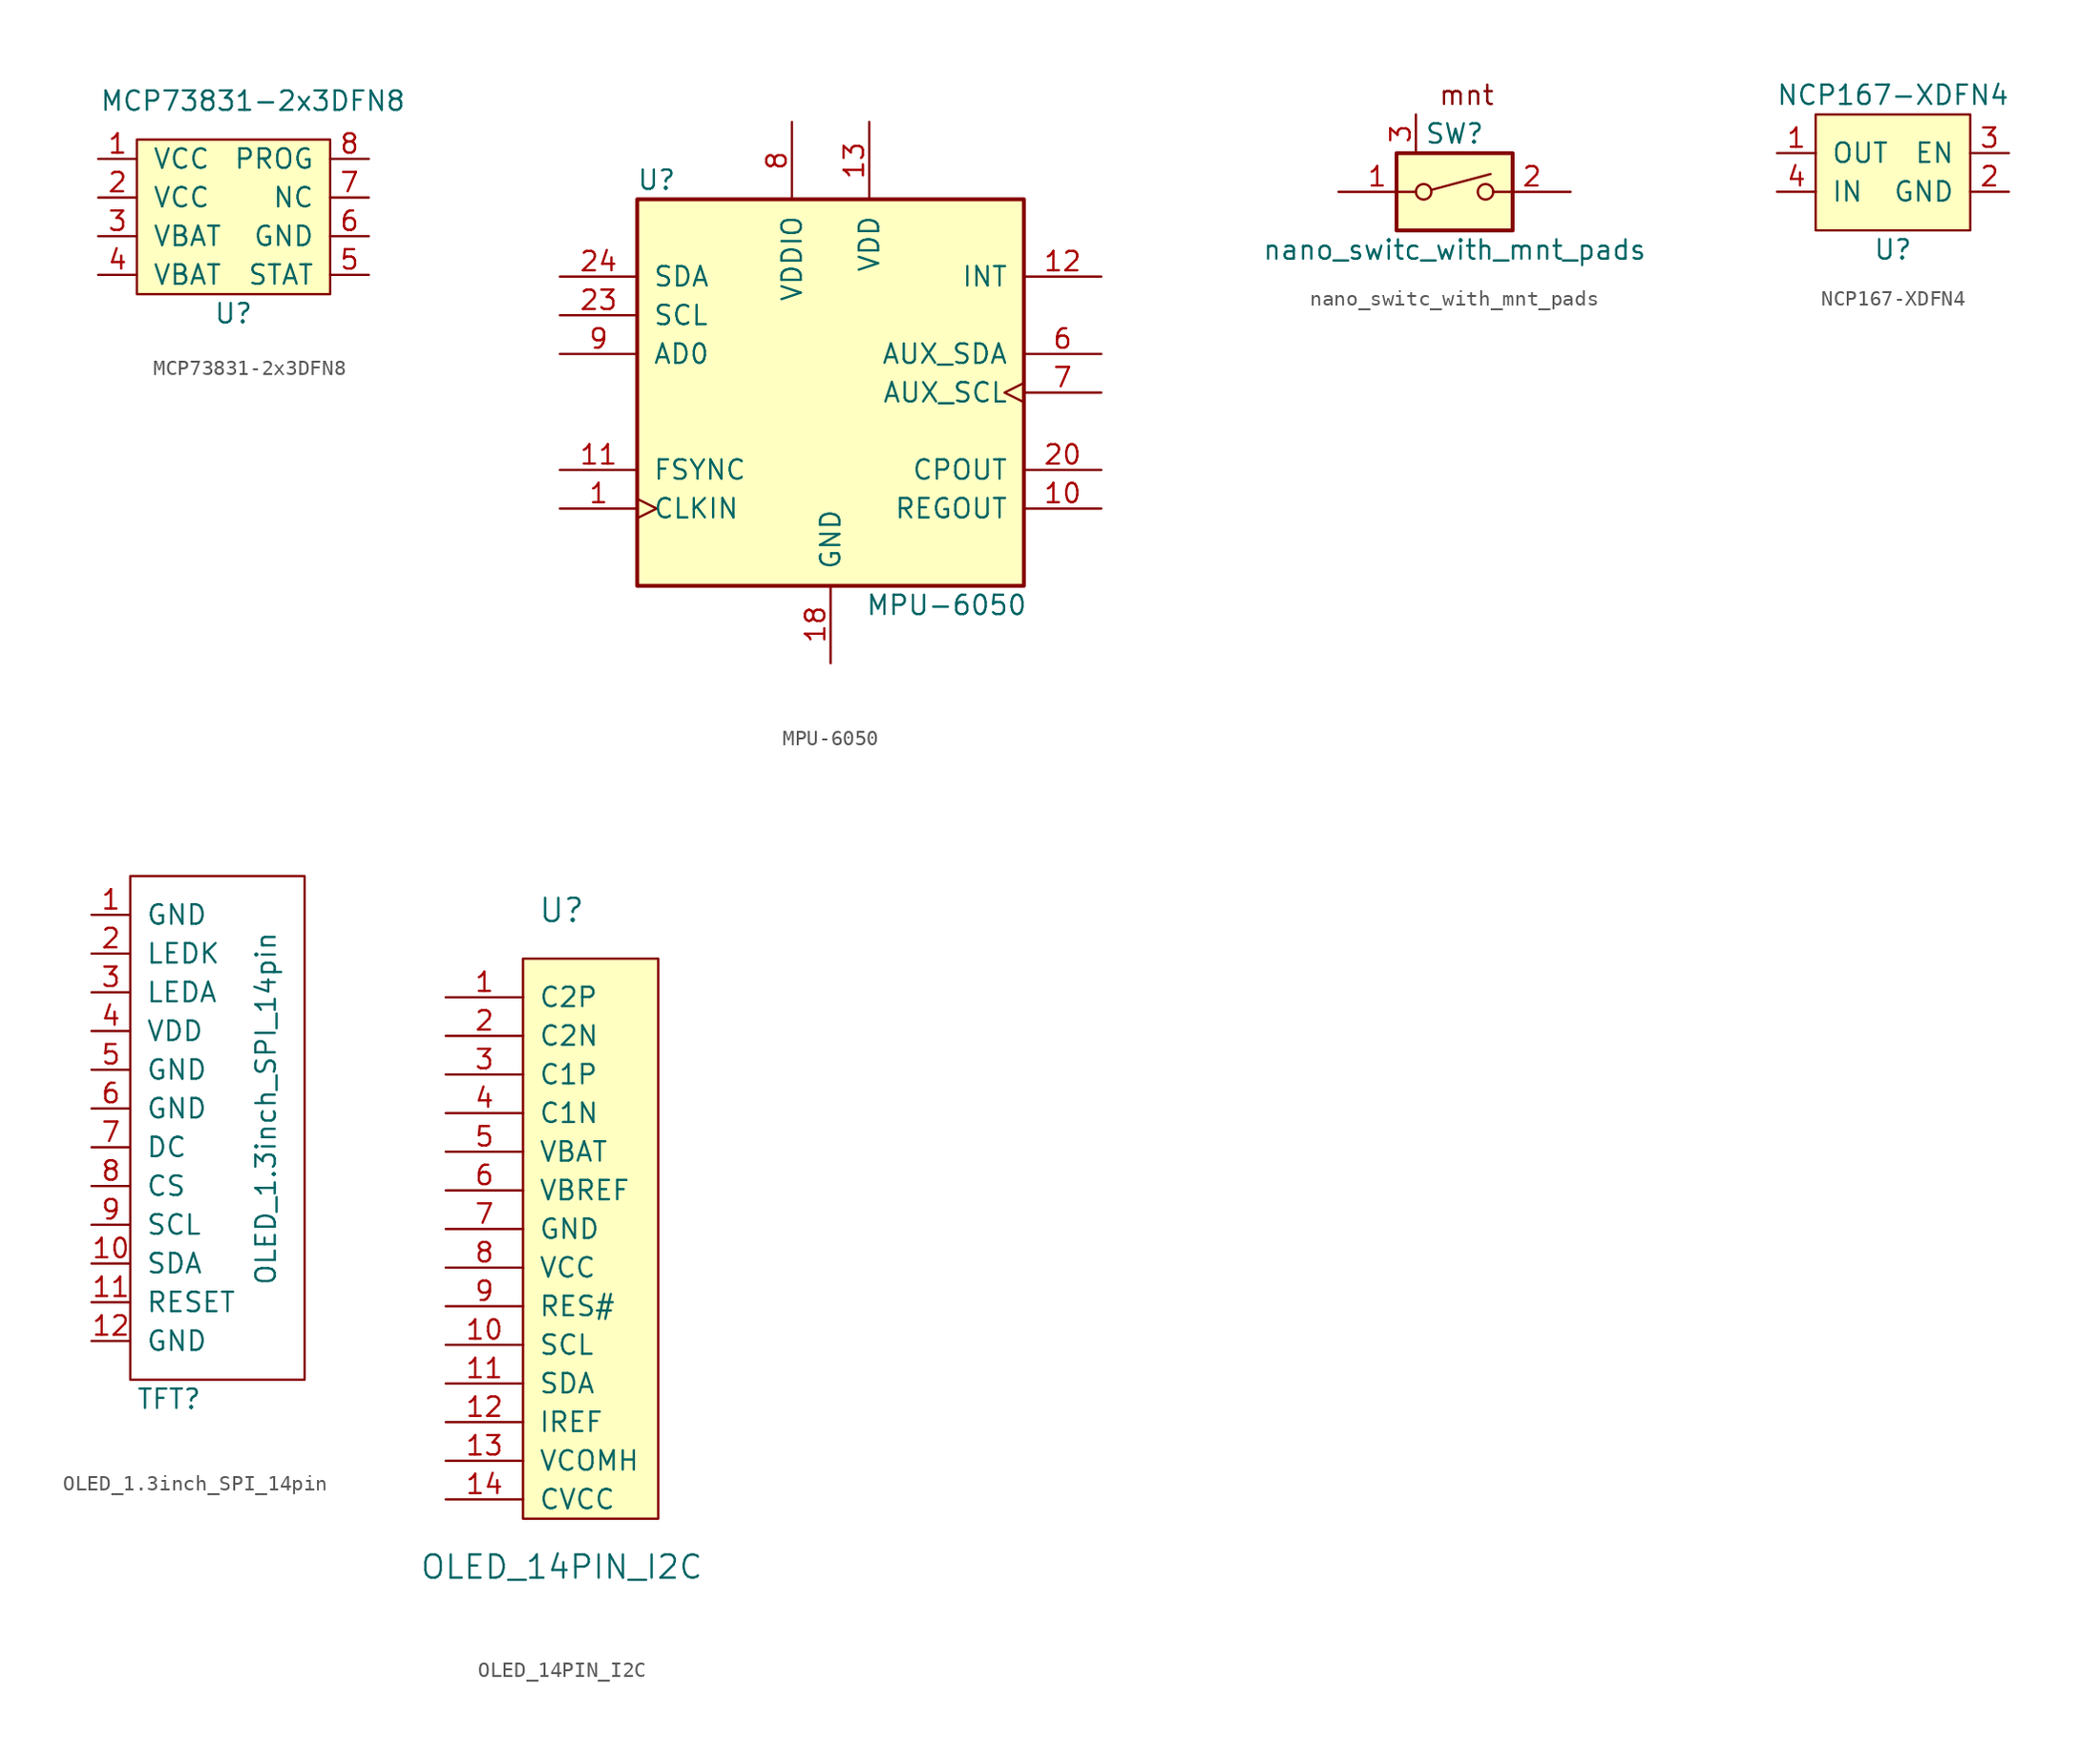
<source format=kicad_sym>
(kicad_symbol_lib
  (version 20210619)
  (generator kicad_symbol_editor)
  (symbol "nicos-parts:MCP73831-2x3DFN8"
    (pin_names
      (offset 1.016))
    (property "Reference" "U"
      (at 0 -6.35 0)
      (effects (font (size 1.27 1.27))))
    (property "Value" "MCP73831-2x3DFN8"
      (at 1.27 7.62 0)
      (effects (font (size 1.27 1.27))))
    (symbol "MCP73831-2x3DFN8_0_1"
      (rectangle (start -6.35 5.08) (end 6.35 -5.08) (stroke (width 0)) (fill (type background))))
    (symbol "MCP73831-2x3DFN8_1_1"
      (pin passive line (at -8.89 3.81 0) (length 2.54) (name "VCC" (effects (font (size 1.27 1.27)))) (number "1" (effects (font (size 1.27 1.27)))))
      (pin passive line (at -8.89 1.27 0) (length 2.54) (name "VCC" (effects (font (size 1.27 1.27)))) (number "2" (effects (font (size 1.27 1.27)))))
      (pin passive line (at -8.89 -1.27 0) (length 2.54) (name "VBAT" (effects (font (size 1.27 1.27)))) (number "3" (effects (font (size 1.27 1.27)))))
      (pin passive line (at -8.89 -3.81 0) (length 2.54) (name "VBAT" (effects (font (size 1.27 1.27)))) (number "4" (effects (font (size 1.27 1.27)))))
      (pin passive line (at 8.89 -3.81 180) (length 2.54) (name "STAT" (effects (font (size 1.27 1.27)))) (number "5" (effects (font (size 1.27 1.27)))))
      (pin passive line (at 8.89 -1.27 180) (length 2.54) (name "GND" (effects (font (size 1.27 1.27)))) (number "6" (effects (font (size 1.27 1.27)))))
      (pin passive line (at 8.89 1.27 180) (length 2.54) (name "NC" (effects (font (size 1.27 1.27)))) (number "7" (effects (font (size 1.27 1.27)))))
      (pin passive line (at 8.89 3.81 180) (length 2.54) (name "PROG" (effects (font (size 1.27 1.27)))) (number "8" (effects (font (size 1.27 1.27)))))
      (pin passive line (at 8.89 -1.27 180) (length 2.54) hide (name "GND" (effects (font (size 1.27 1.27)))) (number "9" (effects (font (size 1.27 1.27)))))))
  (symbol "nicos-parts:MPU-6050"
    (pin_names
      (offset 1.016))
    (property "Reference" "U"
      (at -11.43 13.97 0)
      (effects (font (size 1.27 1.27))))
    (property "Value" "MPU-6050"
      (at 7.62 -13.97 0)
      (effects (font (size 1.27 1.27))))
    (symbol "MPU-6050_0_1"
      (rectangle (start -12.7 12.7) (end 12.7 -12.7) (stroke (width 0.254)) (fill (type background))))
    (symbol "MPU-6050_1_1"
      (pin input clock (at -17.78 -7.62 0) (length 5.08) (name "CLKIN" (effects (font (size 1.27 1.27)))) (number "1" (effects (font (size 1.27 1.27)))))
      (pin passive line (at 17.78 -7.62 180) (length 5.08) (name "REGOUT" (effects (font (size 1.27 1.27)))) (number "10" (effects (font (size 1.27 1.27)))))
      (pin input line (at -17.78 -5.08 0) (length 5.08) (name "FSYNC" (effects (font (size 1.27 1.27)))) (number "11" (effects (font (size 1.27 1.27)))))
      (pin output line (at 17.78 7.62 180) (length 5.08) (name "INT" (effects (font (size 1.27 1.27)))) (number "12" (effects (font (size 1.27 1.27)))))
      (pin power_in line (at 2.54 17.78 270) (length 5.08) (name "VDD" (effects (font (size 1.27 1.27)))) (number "13" (effects (font (size 1.27 1.27)))))
      (pin power_in line (at 0 -17.78 90) (length 5.08) (name "GND" (effects (font (size 1.27 1.27)))) (number "18" (effects (font (size 1.27 1.27)))))
      (pin passive line (at 17.78 -5.08 180) (length 5.08) (name "CPOUT" (effects (font (size 1.27 1.27)))) (number "20" (effects (font (size 1.27 1.27)))))
      (pin input line (at -17.78 5.08 0) (length 5.08) (name "SCL" (effects (font (size 1.27 1.27)))) (number "23" (effects (font (size 1.27 1.27)))))
      (pin bidirectional line (at -17.78 7.62 0) (length 5.08) (name "SDA" (effects (font (size 1.27 1.27)))) (number "24" (effects (font (size 1.27 1.27)))))
      (pin bidirectional line (at 17.78 2.54 180) (length 5.08) (name "AUX_SDA" (effects (font (size 1.27 1.27)))) (number "6" (effects (font (size 1.27 1.27)))))
      (pin output clock (at 17.78 0 180) (length 5.08) (name "AUX_SCL" (effects (font (size 1.27 1.27)))) (number "7" (effects (font (size 1.27 1.27)))))
      (pin power_in line (at -2.54 17.78 270) (length 5.08) (name "VDDIO" (effects (font (size 1.27 1.27)))) (number "8" (effects (font (size 1.27 1.27)))))
      (pin input line (at -17.78 2.54 0) (length 5.08) (name "AD0" (effects (font (size 1.27 1.27)))) (number "9" (effects (font (size 1.27 1.27)))))))
  (symbol "nicos-parts:nano_switc_with_mnt_pads"
    (pin_names
      (offset 0) hide)
    (property "Reference" "SW"
      (at 0 3.81 0)
      (effects (font (size 1.27 1.27))))
    (property "Value" "nano_switc_with_mnt_pads"
      (at 0 -3.81 0)
      (effects (font (size 1.27 1.27))))
    (symbol "nano_switc_with_mnt_pads_0_0"
      (circle (center -2.032 0) (radius 0.508) (stroke (width 0)) (fill (type none)))
      (circle (center 2.032 0) (radius 0.508) (stroke (width 0)) (fill (type none)))
      (text "mnt " (at 1.27 6.35 0) (effects (font (size 1.27 1.27))))
      (polyline (pts (xy -1.524 0.127) (xy 2.362 1.168)) (stroke (width 0)) (fill (type none))))
    (symbol "nano_switc_with_mnt_pads_0_1"
      (rectangle (start -3.81 2.54) (end 3.81 -2.54) (stroke (width 0.254)) (fill (type background))))
    (symbol "nano_switc_with_mnt_pads_1_1"
      (pin passive line (at -7.62 0 0) (length 5.08) (name "~" (effects (font (size 1.27 1.27)))) (number "1" (effects (font (size 1.27 1.27)))))
      (pin passive line (at 7.62 0 180) (length 5.08) (name "~" (effects (font (size 1.27 1.27)))) (number "2" (effects (font (size 1.27 1.27)))))
      (pin passive line (at -2.54 5.08 270) (length 2.54) (name "~" (effects (font (size 1.27 1.27)))) (number "3" (effects (font (size 1.27 1.27)))))))
  (symbol "nicos-parts:NCP167-XDFN4"
    (pin_names
      (offset 1.016))
    (property "Reference" "U"
      (at 0 -5.08 0)
      (effects (font (size 1.27 1.27))))
    (property "Value" "NCP167-XDFN4"
      (at 0 5.08 0)
      (effects (font (size 1.27 1.27))))
    (symbol "NCP167-XDFN4_0_1"
      (rectangle (start -5.08 3.81) (end 5.08 -3.81) (stroke (width 0)) (fill (type background))))
    (symbol "NCP167-XDFN4_1_1"
      (pin power_out line (at -7.62 1.27 0) (length 2.54) (name "OUT" (effects (font (size 1.27 1.27)))) (number "1" (effects (font (size 1.27 1.27)))))
      (pin passive line (at 7.62 -1.27 180) (length 2.54) (name "GND" (effects (font (size 1.27 1.27)))) (number "2" (effects (font (size 1.27 1.27)))))
      (pin passive line (at 7.62 1.27 180) (length 2.54) (name "EN" (effects (font (size 1.27 1.27)))) (number "3" (effects (font (size 1.27 1.27)))))
      (pin power_in line (at -7.62 -1.27 0) (length 2.54) (name "IN" (effects (font (size 1.27 1.27)))) (number "4" (effects (font (size 1.27 1.27)))))
      (pin passive line (at 7.62 -1.27 180) (length 2.54) hide (name "GND" (effects (font (size 1.27 1.27)))) (number "5" (effects (font (size 1.27 1.27)))))))
  (symbol "nicos-parts:OLED_1.3inch_SPI_14pin"
    (pin_names
      (offset 1.016))
    (property "Reference" "TFT"
      (at -10.16 -13.97 0)
      (effects (font (size 1.27 1.27))))
    (property "Value" "OLED_1.3inch_SPI_14pin"
      (at -3.81 5.08 90)
      (effects (font (size 1.27 1.27))))
    (symbol "OLED_1.3inch_SPI_14pin_0_1"
      (rectangle (start -12.7 20.32) (end -1.27 -12.7) (stroke (width 0)) (fill (type none))))
    (symbol "OLED_1.3inch_SPI_14pin_1_1"
      (pin power_in line (at -15.24 17.78 0) (length 2.54) (name "GND" (effects (font (size 1.27 1.27)))) (number "1" (effects (font (size 1.27 1.27)))))
      (pin bidirectional line (at -15.24 -5.08 0) (length 2.54) (name "SDA" (effects (font (size 1.27 1.27)))) (number "10" (effects (font (size 1.27 1.27)))))
      (pin bidirectional line (at -15.24 -7.62 0) (length 2.54) (name "RESET" (effects (font (size 1.27 1.27)))) (number "11" (effects (font (size 1.27 1.27)))))
      (pin power_in line (at -15.24 -10.16 0) (length 2.54) (name "GND" (effects (font (size 1.27 1.27)))) (number "12" (effects (font (size 1.27 1.27)))))
      (pin input line (at -15.24 15.24 0) (length 2.54) (name "LEDK" (effects (font (size 1.27 1.27)))) (number "2" (effects (font (size 1.27 1.27)))))
      (pin input line (at -15.24 12.7 0) (length 2.54) (name "LEDA" (effects (font (size 1.27 1.27)))) (number "3" (effects (font (size 1.27 1.27)))))
      (pin power_in line (at -15.24 10.16 0) (length 2.54) (name "VDD" (effects (font (size 1.27 1.27)))) (number "4" (effects (font (size 1.27 1.27)))))
      (pin power_in line (at -15.24 7.62 0) (length 2.54) (name "GND" (effects (font (size 1.27 1.27)))) (number "5" (effects (font (size 1.27 1.27)))))
      (pin power_in line (at -15.24 5.08 0) (length 2.54) (name "GND" (effects (font (size 1.27 1.27)))) (number "6" (effects (font (size 1.27 1.27)))))
      (pin bidirectional line (at -15.24 2.54 0) (length 2.54) (name "DC" (effects (font (size 1.27 1.27)))) (number "7" (effects (font (size 1.27 1.27)))))
      (pin bidirectional line (at -15.24 0 0) (length 2.54) (name "CS" (effects (font (size 1.27 1.27)))) (number "8" (effects (font (size 1.27 1.27)))))
      (pin bidirectional line (at -15.24 -2.54 0) (length 2.54) (name "SCL" (effects (font (size 1.27 1.27)))) (number "9" (effects (font (size 1.27 1.27)))))))
  (symbol "nicos-parts:OLED_14PIN_I2C"
    (pin_names
      (offset 1.016))
    (property "Reference" "U"
      (at -1.27 22.225 0)
      (effects (font (size 1.524 1.524))))
    (property "Value" "OLED_14PIN_I2C"
      (at -1.27 -20.955 0)
      (effects (font (size 1.524 1.524))))
    (symbol "OLED_14PIN_I2C_0_1"
      (rectangle (start -3.81 19.05) (end 5.08 -17.78) (stroke (width 0)) (fill (type background))))
    (symbol "OLED_14PIN_I2C_1_1"
      (pin passive line (at -8.89 16.51 0) (length 5.08) (name "C2P" (effects (font (size 1.27 1.27)))) (number "1" (effects (font (size 1.27 1.27)))))
      (pin passive line (at -8.89 -6.35 0) (length 5.08) (name "SCL" (effects (font (size 1.27 1.27)))) (number "10" (effects (font (size 1.27 1.27)))))
      (pin passive line (at -8.89 -8.89 0) (length 5.08) (name "SDA" (effects (font (size 1.27 1.27)))) (number "11" (effects (font (size 1.27 1.27)))))
      (pin passive line (at -8.89 -11.43 0) (length 5.08) (name "IREF" (effects (font (size 1.27 1.27)))) (number "12" (effects (font (size 1.27 1.27)))))
      (pin passive line (at -8.89 -13.97 0) (length 5.08) (name "VCOMH" (effects (font (size 1.27 1.27)))) (number "13" (effects (font (size 1.27 1.27)))))
      (pin passive line (at -8.89 -16.51 0) (length 5.08) (name "CVCC" (effects (font (size 1.27 1.27)))) (number "14" (effects (font (size 1.27 1.27)))))
      (pin passive line (at -8.89 13.97 0) (length 5.08) (name "C2N" (effects (font (size 1.27 1.27)))) (number "2" (effects (font (size 1.27 1.27)))))
      (pin passive line (at -8.89 11.43 0) (length 5.08) (name "C1P" (effects (font (size 1.27 1.27)))) (number "3" (effects (font (size 1.27 1.27)))))
      (pin passive line (at -8.89 8.89 0) (length 5.08) (name "C1N" (effects (font (size 1.27 1.27)))) (number "4" (effects (font (size 1.27 1.27)))))
      (pin passive line (at -8.89 6.35 0) (length 5.08) (name "VBAT" (effects (font (size 1.27 1.27)))) (number "5" (effects (font (size 1.27 1.27)))))
      (pin passive line (at -8.89 3.81 0) (length 5.08) (name "VBREF" (effects (font (size 1.27 1.27)))) (number "6" (effects (font (size 1.27 1.27)))))
      (pin passive line (at -8.89 1.27 0) (length 5.08) (name "GND" (effects (font (size 1.27 1.27)))) (number "7" (effects (font (size 1.27 1.27)))))
      (pin passive line (at -8.89 -1.27 0) (length 5.08) (name "VCC" (effects (font (size 1.27 1.27)))) (number "8" (effects (font (size 1.27 1.27)))))
      (pin passive line (at -8.89 -3.81 0) (length 5.08) (name "RES#" (effects (font (size 1.27 1.27)))) (number "9" (effects (font (size 1.27 1.27))))))))
</source>
